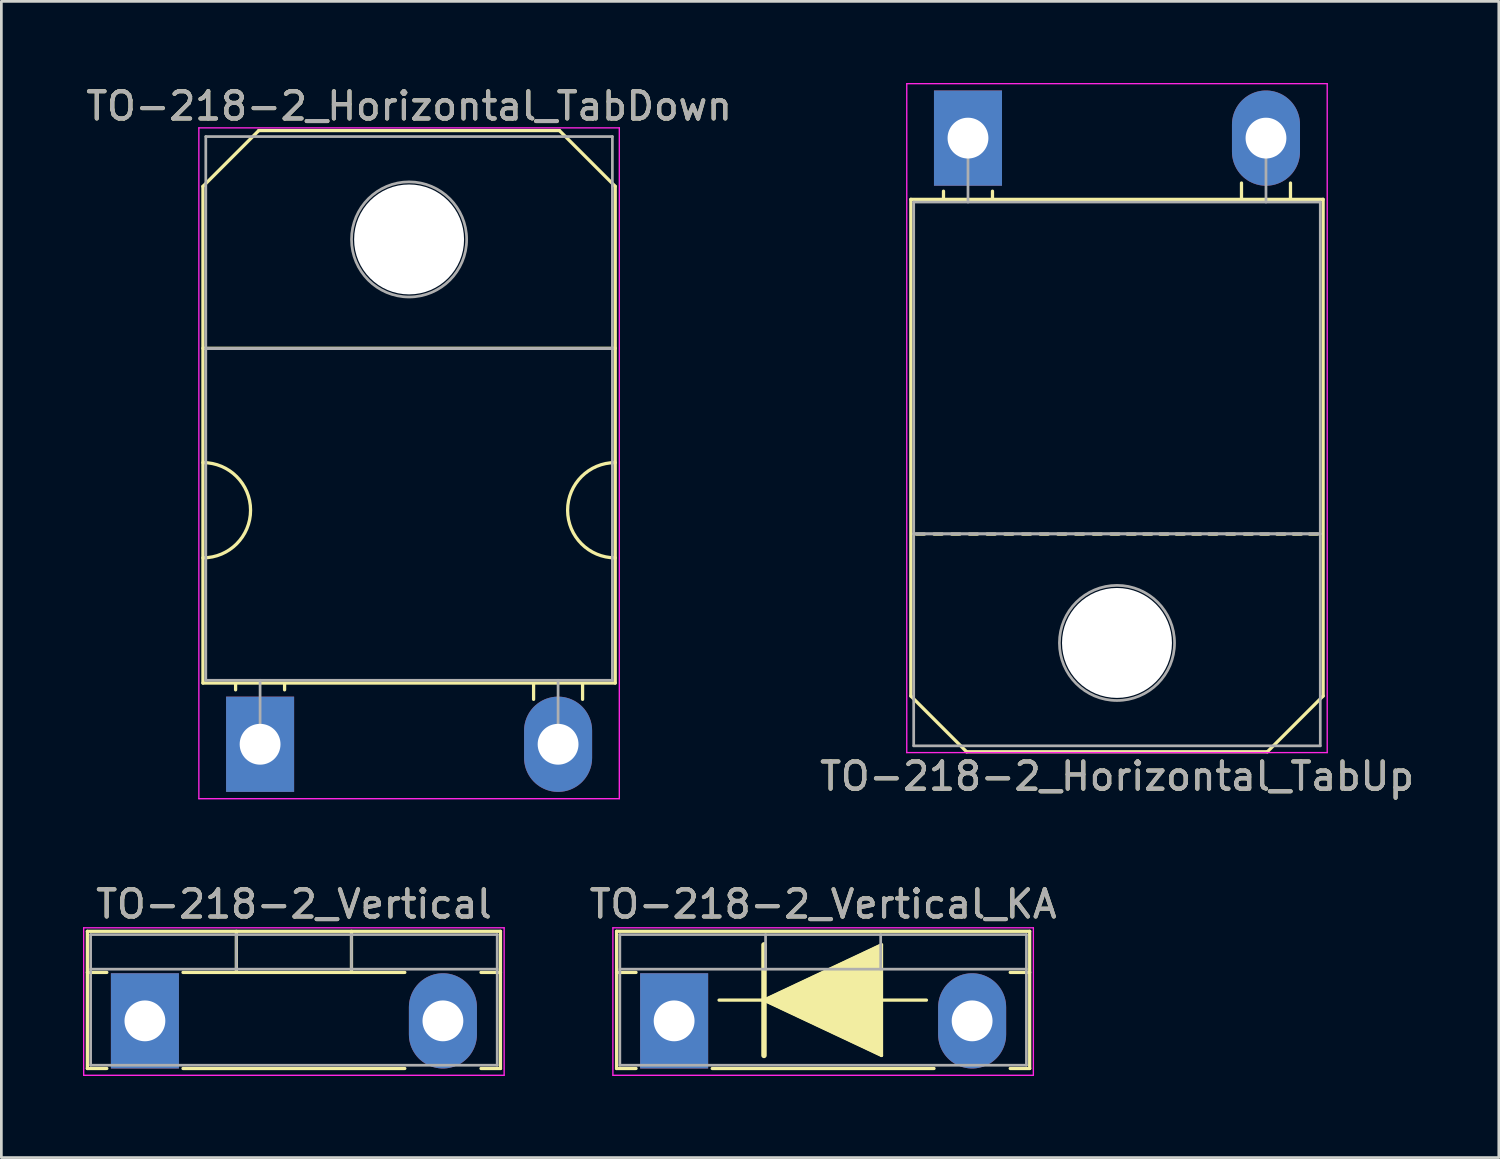
<source format=kicad_pcb>
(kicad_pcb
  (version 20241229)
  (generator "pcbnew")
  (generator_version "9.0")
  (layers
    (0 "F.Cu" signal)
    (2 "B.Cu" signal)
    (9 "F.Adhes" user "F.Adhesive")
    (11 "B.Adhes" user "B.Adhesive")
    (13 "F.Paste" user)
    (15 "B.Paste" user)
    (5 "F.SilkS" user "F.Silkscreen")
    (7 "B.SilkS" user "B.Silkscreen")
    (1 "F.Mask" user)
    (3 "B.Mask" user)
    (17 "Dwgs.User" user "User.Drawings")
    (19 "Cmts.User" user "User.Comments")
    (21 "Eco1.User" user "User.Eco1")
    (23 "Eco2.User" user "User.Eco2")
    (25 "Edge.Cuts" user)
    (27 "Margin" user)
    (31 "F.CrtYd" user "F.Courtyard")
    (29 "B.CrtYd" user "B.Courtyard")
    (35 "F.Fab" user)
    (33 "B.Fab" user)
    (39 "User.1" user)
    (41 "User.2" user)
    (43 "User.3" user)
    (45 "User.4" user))
  (footprint "TO-218-2_Vertical_KA"
    (layer "F.Cu")
    (at 21.721 34.462)
    (property "Reference" "TO-218-2_Vertical_KA" (at 5.475 -4.29 0) (layer "F.SilkS") (effects (font (size 1 1) (thickness 0.15))))
    (fp_line (start -2.115 -3.29) (end -2.115 1.75) (stroke (width 0.12) (type solid)) (layer "F.SilkS"))
    (fp_line (start -2.115 -3.29) (end 13.065 -3.29) (stroke (width 0.12) (type solid)) (layer "F.SilkS"))
    (fp_line (start -2.115 -1.78) (end -1.4 -1.78) (stroke (width 0.12) (type solid)) (layer "F.SilkS"))
    (fp_line (start -2.115 1.75) (end -1.4 1.75) (stroke (width 0.12) (type solid)) (layer "F.SilkS"))
    (fp_line (start 1.4 1.75) (end 9.55 1.75) (stroke (width 0.12) (type solid)) (layer "F.SilkS"))
    (fp_line (start 1.651 -0.762) (end 3.302 -0.762) (stroke (width 0.12) (type solid)) (layer "F.SilkS"))
    (fp_line (start 3.302 -0.762) (end 3.302 -2.794) (stroke (width 0.2) (type solid)) (layer "F.SilkS"))
    (fp_line (start 3.302 -0.762) (end 7.62 -2.794) (stroke (width 0.12) (type solid)) (layer "F.SilkS"))
    (fp_line (start 3.302 1.27) (end 3.302 -0.762) (stroke (width 0.2) (type solid)) (layer "F.SilkS"))
    (fp_line (start 7.62 -2.794) (end 7.62 1.27) (stroke (width 0.12) (type solid)) (layer "F.SilkS"))
    (fp_line (start 7.62 -0.762) (end 9.271 -0.762) (stroke (width 0.12) (type solid)) (layer "F.SilkS"))
    (fp_line (start 7.62 1.27) (end 3.302 -0.762) (stroke (width 0.12) (type solid)) (layer "F.SilkS"))
    (fp_line (start 12.35 -1.78) (end 13.065 -1.78) (stroke (width 0.12) (type solid)) (layer "F.SilkS"))
    (fp_line (start 12.35 1.75) (end 13.065 1.75) (stroke (width 0.12) (type solid)) (layer "F.SilkS"))
    (fp_line (start 13.065 -3.29) (end 13.065 1.75) (stroke (width 0.12) (type solid)) (layer "F.SilkS"))
    (fp_poly (pts (xy 7.62 1.27) (xy 3.302 -0.762) (xy 7.62 -2.794)) (stroke (width 0.1) (type solid)) (fill yes) (layer "F.SilkS"))
    (fp_line (start -2.25 -3.42) (end -2.25 2) (stroke (width 0.05) (type solid)) (layer "F.CrtYd"))
    (fp_line (start -2.25 2) (end 13.2 2) (stroke (width 0.05) (type solid)) (layer "F.CrtYd"))
    (fp_line (start 13.2 -3.42) (end -2.25 -3.42) (stroke (width 0.05) (type solid)) (layer "F.CrtYd"))
    (fp_line (start 13.2 2) (end 13.2 -3.42) (stroke (width 0.05) (type solid)) (layer "F.CrtYd"))
    (fp_line (start -1.995 -3.17) (end -1.995 1.63) (stroke (width 0.1) (type solid)) (layer "F.Fab"))
    (fp_line (start -1.995 -1.9) (end 12.945 -1.9) (stroke (width 0.1) (type solid)) (layer "F.Fab"))
    (fp_line (start -1.995 1.63) (end 12.945 1.63) (stroke (width 0.1) (type solid)) (layer "F.Fab"))
    (fp_line (start 3.36 -3.17) (end 3.36 -1.9) (stroke (width 0.1) (type solid)) (layer "F.Fab"))
    (fp_line (start 7.59 -3.17) (end 7.59 -1.9) (stroke (width 0.1) (type solid)) (layer "F.Fab"))
    (fp_line (start 12.945 -3.17) (end -1.995 -3.17) (stroke (width 0.1) (type solid)) (layer "F.Fab"))
    (fp_line (start 12.945 1.63) (end 12.945 -3.17) (stroke (width 0.1) (type solid)) (layer "F.Fab"))
    (fp_text user "${REFERENCE}" (at 5.475 -4.29 0) (layer "F.Fab") (effects (font (size 1 1) (thickness 0.15))))
    (pad "1" thru_hole rect (at 0 0) (size 2.5 3.5) (drill 1.5) (layers "*.Cu" "*.Mask"))
    (pad "2" thru_hole oval (at 10.95 0) (size 2.5 3.5) (drill 1.5) (layers "*.Cu" "*.Mask")))
  (footprint "TO-218-2_Vertical"
    (layer "F.Cu")
    (at 2.275 34.462)
    (property "Reference" "TO-218-2_Vertical" (at 5.475 -4.29 0) (layer "F.SilkS") (effects (font (size 1 1) (thickness 0.15))))
    (attr through_hole)
    (fp_line (start -2.115 -3.29) (end -2.115 1.75) (stroke (width 0.12) (type solid)) (layer "F.SilkS"))
    (fp_line (start -2.115 -3.29) (end 13.065 -3.29) (stroke (width 0.12) (type solid)) (layer "F.SilkS"))
    (fp_line (start -2.115 -1.78) (end -1.4 -1.78) (stroke (width 0.12) (type solid)) (layer "F.SilkS"))
    (fp_line (start -2.115 1.75) (end -1.4 1.75) (stroke (width 0.12) (type solid)) (layer "F.SilkS"))
    (fp_line (start 1.4 -1.78) (end 9.55 -1.78) (stroke (width 0.12) (type solid)) (layer "F.SilkS"))
    (fp_line (start 1.4 1.75) (end 9.55 1.75) (stroke (width 0.12) (type solid)) (layer "F.SilkS"))
    (fp_line (start 3.36 -3.29) (end 3.36 -1.78) (stroke (width 0.12) (type solid)) (layer "F.SilkS"))
    (fp_line (start 7.59 -3.29) (end 7.59 -1.78) (stroke (width 0.12) (type solid)) (layer "F.SilkS"))
    (fp_line (start 12.35 -1.78) (end 13.065 -1.78) (stroke (width 0.12) (type solid)) (layer "F.SilkS"))
    (fp_line (start 12.35 1.75) (end 13.065 1.75) (stroke (width 0.12) (type solid)) (layer "F.SilkS"))
    (fp_line (start 13.065 -3.29) (end 13.065 1.75) (stroke (width 0.12) (type solid)) (layer "F.SilkS"))
    (fp_line (start -2.25 -3.42) (end -2.25 2) (stroke (width 0.05) (type solid)) (layer "F.CrtYd"))
    (fp_line (start -2.25 2) (end 13.2 2) (stroke (width 0.05) (type solid)) (layer "F.CrtYd"))
    (fp_line (start 13.2 -3.42) (end -2.25 -3.42) (stroke (width 0.05) (type solid)) (layer "F.CrtYd"))
    (fp_line (start 13.2 2) (end 13.2 -3.42) (stroke (width 0.05) (type solid)) (layer "F.CrtYd"))
    (fp_line (start -1.995 -3.17) (end -1.995 1.63) (stroke (width 0.1) (type solid)) (layer "F.Fab"))
    (fp_line (start -1.995 -1.9) (end 12.945 -1.9) (stroke (width 0.1) (type solid)) (layer "F.Fab"))
    (fp_line (start -1.995 1.63) (end 12.945 1.63) (stroke (width 0.1) (type solid)) (layer "F.Fab"))
    (fp_line (start 3.36 -3.17) (end 3.36 -1.9) (stroke (width 0.1) (type solid)) (layer "F.Fab"))
    (fp_line (start 7.59 -3.17) (end 7.59 -1.9) (stroke (width 0.1) (type solid)) (layer "F.Fab"))
    (fp_line (start 12.945 -3.17) (end -1.995 -3.17) (stroke (width 0.1) (type solid)) (layer "F.Fab"))
    (fp_line (start 12.945 1.63) (end 12.945 -3.17) (stroke (width 0.1) (type solid)) (layer "F.Fab"))
    (fp_text user "${REFERENCE}" (at 5.475 -4.29 0) (layer "F.Fab") (effects (font (size 1 1) (thickness 0.15))))
    (pad "1" thru_hole rect (at 0 0) (size 2.5 3.5) (drill 1.5) (layers "*.Cu" "*.Mask"))
    (pad "2" thru_hole oval (at 10.95 0) (size 2.5 3.5) (drill 1.5) (layers "*.Cu" "*.Mask")))
  (footprint "TO-218-2_Horizontal_TabDown"
    (layer "F.Cu")
    (at 6.507 24.298)
    (property "Reference" "TO-218-2_Horizontal_TabDown" (at 5.475 -23.45 0) (layer "F.SilkS") (effects (font (size 1 1) (thickness 0.15))))
    (attr through_hole)
    (fp_line (start -2.1 -20.5) (end -0.05 -22.55) (stroke (width 0.12) (type solid)) (layer "F.SilkS"))
    (fp_line (start -2.1 -14.55) (end 13.05 -14.55) (stroke (width 0.12) (type solid)) (layer "F.SilkS"))
    (fp_line (start -2.1 -2.25) (end -2.1 -20.5) (stroke (width 0.12) (type solid)) (layer "F.SilkS"))
    (fp_line (start -0.9 -2.2) (end -0.9 -2) (stroke (width 0.12) (type solid)) (layer "F.SilkS"))
    (fp_line (start -0.05 -22.55) (end 11 -22.55) (stroke (width 0.12) (type solid)) (layer "F.SilkS"))
    (fp_line (start 0.9 -2.2) (end 0.9 -2) (stroke (width 0.12) (type solid)) (layer "F.SilkS"))
    (fp_line (start 10.05 -2.2) (end 10.05 -1.65) (stroke (width 0.12) (type solid)) (layer "F.SilkS"))
    (fp_line (start 11.85 -2.2) (end 11.85 -1.65) (stroke (width 0.12) (type solid)) (layer "F.SilkS"))
    (fp_line (start 13.05 -20.5) (end 11 -22.55) (stroke (width 0.12) (type solid)) (layer "F.SilkS"))
    (fp_line (start 13.05 -20.5) (end 13.05 -2.25) (stroke (width 0.12) (type solid)) (layer "F.SilkS"))
    (fp_line (start 13.05 -2.25) (end -2.1 -2.25) (stroke (width 0.12) (type solid)) (layer "F.SilkS"))
    (fp_arc (start -2.1 -10.35) (mid -0.35 -8.6) (end -2.1 -6.85) (stroke (width 0.12) (type solid)) (layer "F.SilkS"))
    (fp_arc (start 13.05 -6.85) (mid 11.3 -8.6) (end 13.05 -10.35) (stroke (width 0.12) (type solid)) (layer "F.SilkS"))
    (fp_line (start -2.25 -22.65) (end -2.25 2) (stroke (width 0.05) (type solid)) (layer "F.CrtYd"))
    (fp_line (start -2.25 2) (end 13.2 2) (stroke (width 0.05) (type solid)) (layer "F.CrtYd"))
    (fp_line (start 13.2 -22.65) (end -2.25 -22.65) (stroke (width 0.05) (type solid)) (layer "F.CrtYd"))
    (fp_line (start 13.2 2) (end 13.2 -22.65) (stroke (width 0.05) (type solid)) (layer "F.CrtYd"))
    (fp_line (start -1.995 -22.33) (end 12.945 -22.33) (stroke (width 0.1) (type solid)) (layer "F.Fab"))
    (fp_line (start -1.995 -14.54) (end -1.995 -22.33) (stroke (width 0.1) (type solid)) (layer "F.Fab"))
    (fp_line (start -1.995 -14.54) (end 12.945 -14.54) (stroke (width 0.1) (type solid)) (layer "F.Fab"))
    (fp_line (start -1.995 -2.35) (end -1.995 -14.54) (stroke (width 0.1) (type solid)) (layer "F.Fab"))
    (fp_line (start 0 -2.35) (end 0 0) (stroke (width 0.1) (type solid)) (layer "F.Fab"))
    (fp_line (start 10.95 -2.35) (end 10.95 0) (stroke (width 0.1) (type solid)) (layer "F.Fab"))
    (fp_line (start 12.945 -22.33) (end 12.945 -14.54) (stroke (width 0.1) (type solid)) (layer "F.Fab"))
    (fp_line (start 12.945 -14.54) (end -1.995 -14.54) (stroke (width 0.1) (type solid)) (layer "F.Fab"))
    (fp_line (start 12.945 -14.54) (end 12.945 -2.35) (stroke (width 0.1) (type solid)) (layer "F.Fab"))
    (fp_line (start 12.945 -2.35) (end -1.995 -2.35) (stroke (width 0.1) (type solid)) (layer "F.Fab"))
    (fp_circle (center 5.475 -18.55) (end 7.59 -18.55) (stroke (width 0.1) (type solid)) (fill no) (layer "F.Fab"))
    (fp_text user "${REFERENCE}" (at 5.475 -23.45 0) (layer "F.Fab") (effects (font (size 1 1) (thickness 0.15))))
    (pad "" np_thru_hole oval (at 5.475 -18.55) (size 4.04 4.04) (drill 4.04) (layers "*.Cu" "*.Mask"))
    (pad "1" thru_hole rect (at 0 0) (size 2.5 3.5) (drill 1.5) (layers "*.Cu" "*.Mask"))
    (pad "2" thru_hole oval (at 10.95 0) (size 2.5 3.5) (drill 1.5) (layers "*.Cu" "*.Mask")))
  (footprint "TO-218-2_Horizontal_TabUp"
    (layer "F.Cu")
    (at 32.519 2.025)
    (property "Reference" "TO-218-2_Horizontal_TabUp" (at 5.475 23.45 0) (layer "F.SilkS") (effects (font (size 1 1) (thickness 0.15))))
    (attr through_hole)
    (fp_line (start -2.1 2.25) (end 13.05 2.25) (stroke (width 0.12) (type solid)) (layer "F.SilkS"))
    (fp_line (start -2.1 20.5) (end -2.1 2.25) (stroke (width 0.12) (type solid)) (layer "F.SilkS"))
    (fp_line (start -2.1 20.5) (end -0.05 22.55) (stroke (width 0.12) (type solid)) (layer "F.SilkS"))
    (fp_line (start -1.6 14.55) (end -1.9 14.55) (stroke (width 0.12) (type solid)) (layer "F.SilkS"))
    (fp_line (start -0.95 14.55) (end -1.25 14.55) (stroke (width 0.12) (type solid)) (layer "F.SilkS"))
    (fp_line (start -0.9 2.2) (end -0.9 1.95) (stroke (width 0.12) (type solid)) (layer "F.SilkS"))
    (fp_line (start -0.3 14.55) (end -0.6 14.55) (stroke (width 0.12) (type solid)) (layer "F.SilkS"))
    (fp_line (start 0.35 14.55) (end 0.05 14.55) (stroke (width 0.12) (type solid)) (layer "F.SilkS"))
    (fp_line (start 0.9 2.2) (end 0.9 1.95) (stroke (width 0.12) (type solid)) (layer "F.SilkS"))
    (fp_line (start 1 14.55) (end 0.7 14.55) (stroke (width 0.12) (type solid)) (layer "F.SilkS"))
    (fp_line (start 1.65 14.55) (end 1.35 14.55) (stroke (width 0.12) (type solid)) (layer "F.SilkS"))
    (fp_line (start 2.3 14.55) (end 2 14.55) (stroke (width 0.12) (type solid)) (layer "F.SilkS"))
    (fp_line (start 2.95 14.55) (end 2.65 14.55) (stroke (width 0.12) (type solid)) (layer "F.SilkS"))
    (fp_line (start 3.6 14.55) (end 3.3 14.55) (stroke (width 0.12) (type solid)) (layer "F.SilkS"))
    (fp_line (start 4.25 14.55) (end 3.95 14.55) (stroke (width 0.12) (type solid)) (layer "F.SilkS"))
    (fp_line (start 4.9 14.55) (end 4.6 14.55) (stroke (width 0.12) (type solid)) (layer "F.SilkS"))
    (fp_line (start 5.55 14.55) (end 5.25 14.55) (stroke (width 0.12) (type solid)) (layer "F.SilkS"))
    (fp_line (start 6.15 14.55) (end 5.85 14.55) (stroke (width 0.12) (type solid)) (layer "F.SilkS"))
    (fp_line (start 6.75 14.55) (end 6.45 14.55) (stroke (width 0.12) (type solid)) (layer "F.SilkS"))
    (fp_line (start 7.35 14.55) (end 7.05 14.55) (stroke (width 0.12) (type solid)) (layer "F.SilkS"))
    (fp_line (start 7.95 14.55) (end 7.65 14.55) (stroke (width 0.12) (type solid)) (layer "F.SilkS"))
    (fp_line (start 8.55 14.55) (end 8.25 14.55) (stroke (width 0.12) (type solid)) (layer "F.SilkS"))
    (fp_line (start 9.15 14.55) (end 8.85 14.55) (stroke (width 0.12) (type solid)) (layer "F.SilkS"))
    (fp_line (start 9.8 14.55) (end 9.5 14.55) (stroke (width 0.12) (type solid)) (layer "F.SilkS"))
    (fp_line (start 10.05 2.2) (end 10.05 1.65) (stroke (width 0.12) (type solid)) (layer "F.SilkS"))
    (fp_line (start 10.45 14.55) (end 10.15 14.55) (stroke (width 0.12) (type solid)) (layer "F.SilkS"))
    (fp_line (start 11 22.55) (end -0.05 22.55) (stroke (width 0.12) (type solid)) (layer "F.SilkS"))
    (fp_line (start 11.05 14.55) (end 10.75 14.55) (stroke (width 0.12) (type solid)) (layer "F.SilkS"))
    (fp_line (start 11.65 14.55) (end 11.35 14.55) (stroke (width 0.12) (type solid)) (layer "F.SilkS"))
    (fp_line (start 11.85 2.2) (end 11.85 1.65) (stroke (width 0.12) (type solid)) (layer "F.SilkS"))
    (fp_line (start 12.25 14.55) (end 11.95 14.55) (stroke (width 0.12) (type solid)) (layer "F.SilkS"))
    (fp_line (start 12.85 14.55) (end 12.55 14.55) (stroke (width 0.12) (type solid)) (layer "F.SilkS"))
    (fp_line (start 13.05 2.25) (end 13.05 20.5) (stroke (width 0.12) (type solid)) (layer "F.SilkS"))
    (fp_line (start 13.05 20.5) (end 11 22.55) (stroke (width 0.12) (type solid)) (layer "F.SilkS"))
    (fp_line (start -2.25 -2) (end -2.25 22.58) (stroke (width 0.05) (type solid)) (layer "F.CrtYd"))
    (fp_line (start -2.25 22.58) (end 13.2 22.58) (stroke (width 0.05) (type solid)) (layer "F.CrtYd"))
    (fp_line (start 13.2 -2) (end -2.25 -2) (stroke (width 0.05) (type solid)) (layer "F.CrtYd"))
    (fp_line (start 13.2 22.58) (end 13.2 -2) (stroke (width 0.05) (type solid)) (layer "F.CrtYd"))
    (fp_line (start -1.995 2.35) (end -1.995 14.54) (stroke (width 0.1) (type solid)) (layer "F.Fab"))
    (fp_line (start -1.995 14.54) (end -1.995 22.33) (stroke (width 0.1) (type solid)) (layer "F.Fab"))
    (fp_line (start -1.995 14.54) (end 12.945 14.54) (stroke (width 0.1) (type solid)) (layer "F.Fab"))
    (fp_line (start -1.995 22.33) (end 12.945 22.33) (stroke (width 0.1) (type solid)) (layer "F.Fab"))
    (fp_line (start 0 2.35) (end 0 0) (stroke (width 0.1) (type solid)) (layer "F.Fab"))
    (fp_line (start 10.95 2.35) (end 10.95 0) (stroke (width 0.1) (type solid)) (layer "F.Fab"))
    (fp_line (start 12.945 2.35) (end -1.995 2.35) (stroke (width 0.1) (type solid)) (layer "F.Fab"))
    (fp_line (start 12.945 14.54) (end -1.995 14.54) (stroke (width 0.1) (type solid)) (layer "F.Fab"))
    (fp_line (start 12.945 14.54) (end 12.945 2.35) (stroke (width 0.1) (type solid)) (layer "F.Fab"))
    (fp_line (start 12.945 22.33) (end 12.945 14.54) (stroke (width 0.1) (type solid)) (layer "F.Fab"))
    (fp_circle (center 5.475 18.55) (end 7.59 18.55) (stroke (width 0.1) (type solid)) (fill no) (layer "F.Fab"))
    (fp_text user "${REFERENCE}" (at 5.475 23.45 0) (layer "F.Fab") (effects (font (size 1 1) (thickness 0.15))))
    (pad "" np_thru_hole oval (at 5.475 18.55) (size 4.04 4.04) (drill 4.04) (layers "*.Cu" "*.Mask"))
    (pad "1" thru_hole rect (at 0 0) (size 2.5 3.5) (drill 1.5) (layers "*.Cu" "*.Mask"))
    (pad "2" thru_hole oval (at 10.95 0) (size 2.5 3.5) (drill 1.5) (layers "*.Cu" "*.Mask")))
  (gr_rect
    (start -3 -3)
    (end 52.024 39.486)
    (stroke (width 0.1) (type default))
    (fill no)
    (layer "Edge.Cuts")))
</source>
